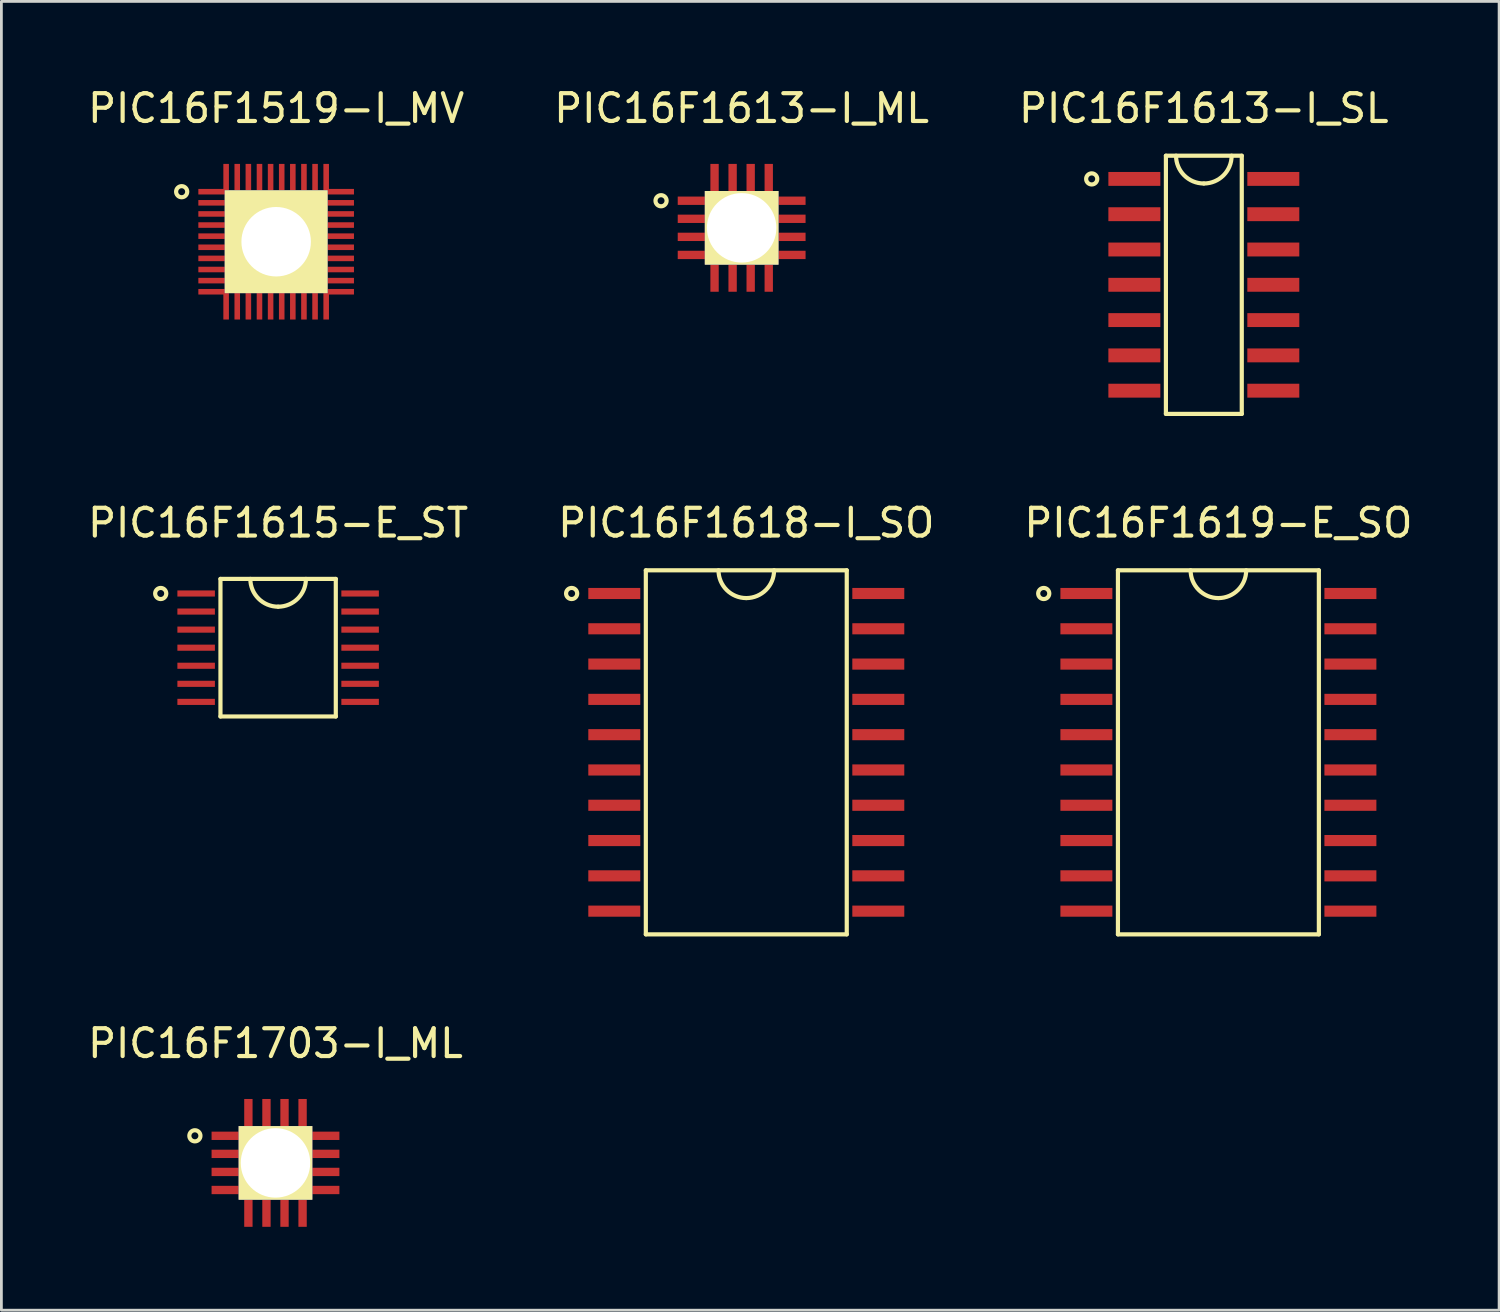
<source format=kicad_pcb>
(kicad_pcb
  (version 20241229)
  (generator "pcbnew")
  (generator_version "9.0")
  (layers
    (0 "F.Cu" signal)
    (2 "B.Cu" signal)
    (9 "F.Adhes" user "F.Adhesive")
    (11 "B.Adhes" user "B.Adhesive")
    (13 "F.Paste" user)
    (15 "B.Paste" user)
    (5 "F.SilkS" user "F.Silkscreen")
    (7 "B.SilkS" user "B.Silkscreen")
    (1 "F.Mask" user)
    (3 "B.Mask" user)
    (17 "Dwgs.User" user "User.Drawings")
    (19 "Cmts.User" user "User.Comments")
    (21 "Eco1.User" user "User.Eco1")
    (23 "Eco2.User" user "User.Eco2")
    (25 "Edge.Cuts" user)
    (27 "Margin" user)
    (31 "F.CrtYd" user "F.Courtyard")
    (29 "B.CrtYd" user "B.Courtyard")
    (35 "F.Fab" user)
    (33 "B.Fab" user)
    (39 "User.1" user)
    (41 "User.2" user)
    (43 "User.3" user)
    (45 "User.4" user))
  (footprint "PIC16F1613-I_ML"
    (layer "F.Cu")
    (at 21.837 3.348)
    (property "Reference" "PIC16F1613-I_ML" (at 1.8 -2.5 0) (layer "F.SilkS") (effects (font (size 1 1) (thickness 0.15))))
    (attr through_hole)
    (fp_line (start 0.7 0.7) (end 0.7 2.9) (stroke (width 0.15) (type solid)) (layer "F.SilkS"))
    (fp_line (start 0.7 0.7) (end 2.9 0.7) (stroke (width 0.15) (type solid)) (layer "F.SilkS"))
    (fp_line (start 0.7 2.9) (end 2.9 2.9) (stroke (width 0.15) (type solid)) (layer "F.SilkS"))
    (fp_line (start 2.9 2.9) (end 2.9 0.7) (stroke (width 0.15) (type solid)) (layer "F.SilkS"))
    (fp_circle (center -1.1 0.825) (end -1.1 0.625) (stroke (width 0.15) (type solid)) (fill no) (layer "F.SilkS"))
    (fp_circle (center 1.7 1.7) (end 1.7 1.2) (stroke (width 0.15) (type solid)) (fill no) (layer "F.SilkS"))
    (pad "1" smd rect (at 0 0.825) (size 1 0.3) (layers "F.Cu" "F.Mask" "F.Paste"))
    (pad "2" smd rect (at 0 1.475) (size 1 0.3) (layers "F.Cu" "F.Mask" "F.Paste"))
    (pad "3" smd rect (at 0 2.125) (size 1 0.3) (layers "F.Cu" "F.Mask" "F.Paste"))
    (pad "4" smd rect (at 0 2.775) (size 1 0.3) (layers "F.Cu" "F.Mask" "F.Paste"))
    (pad "5" smd rect (at 0.825 3.6) (size 0.3 1) (layers "F.Cu" "F.Mask" "F.Paste"))
    (pad "6" smd rect (at 1.475 3.6) (size 0.3 1) (layers "F.Cu" "F.Mask" "F.Paste"))
    (pad "7" smd rect (at 2.125 3.6) (size 0.3 1) (layers "F.Cu" "F.Mask" "F.Paste"))
    (pad "8" smd rect (at 2.775 3.6) (size 0.3 1) (layers "F.Cu" "F.Mask" "F.Paste"))
    (pad "9" smd rect (at 3.6 2.775) (size 1 0.3) (layers "F.Cu" "F.Mask" "F.Paste"))
    (pad "10" smd rect (at 3.6 2.125) (size 1 0.3) (layers "F.Cu" "F.Mask" "F.Paste"))
    (pad "11" smd rect (at 3.6 1.475) (size 1 0.3) (layers "F.Cu" "F.Mask" "F.Paste"))
    (pad "12" smd rect (at 3.6 0.825) (size 1 0.3) (layers "F.Cu" "F.Mask" "F.Paste"))
    (pad "13" smd rect (at 2.775 0) (size 0.3 1) (layers "F.Cu" "F.Mask" "F.Paste"))
    (pad "14" smd rect (at 2.125 0) (size 0.3 1) (layers "F.Cu" "F.Mask" "F.Paste"))
    (pad "15" smd rect (at 1.475 0) (size 0.3 1) (layers "F.Cu" "F.Mask" "F.Paste"))
    (pad "16" smd rect (at 0.825 0) (size 0.3 1) (layers "F.Cu" "F.Mask" "F.Paste"))
    (pad "999" thru_hole rect (at 1.8 1.8) (size 2.65 2.65) (drill 2.5) (layers "*.Cu" "*.Mask" "F.SilkS")))
  (footprint "PIC16F1615-E_ST"
    (layer "F.Cu")
    (at 4.008 18.306)
    (property "Reference" "PIC16F1615-E_ST" (at 2.95 -2.54 0) (layer "F.SilkS") (effects (font (size 1 1) (thickness 0.15))))
    (attr through_hole)
    (fp_line (start 0.875 -0.525) (end 5.025 -0.525) (stroke (width 0.15) (type solid)) (layer "F.SilkS"))
    (fp_line (start 0.875 4.425) (end 0.875 -0.525) (stroke (width 0.15) (type solid)) (layer "F.SilkS"))
    (fp_line (start 5.025 -0.525) (end 5.025 4.425) (stroke (width 0.15) (type solid)) (layer "F.SilkS"))
    (fp_line (start 5.025 4.425) (end 0.875 4.425) (stroke (width 0.15) (type solid)) (layer "F.SilkS"))
    (fp_arc (start 2.95 0.475) (mid 2.242893 0.182107) (end 1.95 -0.525) (stroke (width 0.15) (type solid)) (layer "F.SilkS"))
    (fp_arc (start 3.95 -0.525) (mid 3.657107 0.182107) (end 2.95 0.475) (stroke (width 0.15) (type solid)) (layer "F.SilkS"))
    (fp_circle (center -1.275 0) (end -1.275 0.2) (stroke (width 0.15) (type solid)) (fill no) (layer "F.SilkS"))
    (pad "1" smd rect (at 0 0) (size 1.35 0.22) (layers "F.Cu" "F.Mask" "F.Paste"))
    (pad "2" smd rect (at 0 0.65) (size 1.35 0.22) (layers "F.Cu" "F.Mask" "F.Paste"))
    (pad "3" smd rect (at 0 1.3) (size 1.35 0.22) (layers "F.Cu" "F.Mask" "F.Paste"))
    (pad "4" smd rect (at 0 1.95) (size 1.35 0.22) (layers "F.Cu" "F.Mask" "F.Paste"))
    (pad "5" smd rect (at 0 2.6) (size 1.35 0.22) (layers "F.Cu" "F.Mask" "F.Paste"))
    (pad "6" smd rect (at 0 3.25) (size 1.35 0.22) (layers "F.Cu" "F.Mask" "F.Paste"))
    (pad "7" smd rect (at 0 3.9) (size 1.35 0.22) (layers "F.Cu" "F.Mask" "F.Paste"))
    (pad "8" smd rect (at 5.9 3.9) (size 1.35 0.22) (layers "F.Cu" "F.Mask" "F.Paste"))
    (pad "9" smd rect (at 5.9 3.25) (size 1.35 0.22) (layers "F.Cu" "F.Mask" "F.Paste"))
    (pad "10" smd rect (at 5.9 2.6) (size 1.35 0.22) (layers "F.Cu" "F.Mask" "F.Paste"))
    (pad "11" smd rect (at 5.9 1.95) (size 1.35 0.22) (layers "F.Cu" "F.Mask" "F.Paste"))
    (pad "12" smd rect (at 5.9 1.3) (size 1.35 0.22) (layers "F.Cu" "F.Mask" "F.Paste"))
    (pad "13" smd rect (at 5.9 0.65) (size 1.35 0.22) (layers "F.Cu" "F.Mask" "F.Paste"))
    (pad "14" smd rect (at 5.9 0) (size 1.35 0.22) (layers "F.Cu" "F.Mask" "F.Paste")))
  (footprint "PIC16F1618-I_SO"
    (layer "F.Cu")
    (at 19.054 18.306)
    (property "Reference" "PIC16F1618-I_SO" (at 4.75 -2.54 0) (layer "F.SilkS") (effects (font (size 1 1) (thickness 0.15))))
    (attr through_hole)
    (fp_line (start 1.135 -0.835) (end 8.365 -0.835) (stroke (width 0.15) (type solid)) (layer "F.SilkS"))
    (fp_line (start 1.135 12.265) (end 1.135 -0.835) (stroke (width 0.15) (type solid)) (layer "F.SilkS"))
    (fp_line (start 8.365 -0.835) (end 8.365 12.265) (stroke (width 0.15) (type solid)) (layer "F.SilkS"))
    (fp_line (start 8.365 12.265) (end 1.135 12.265) (stroke (width 0.15) (type solid)) (layer "F.SilkS"))
    (fp_arc (start 4.75 0.165) (mid 4.042893 -0.127893) (end 3.75 -0.835) (stroke (width 0.15) (type solid)) (layer "F.SilkS"))
    (fp_arc (start 5.75 -0.835) (mid 5.457107 -0.127893) (end 4.75 0.165) (stroke (width 0.15) (type solid)) (layer "F.SilkS"))
    (fp_circle (center -1.535 0) (end -1.535 0.2) (stroke (width 0.15) (type solid)) (fill no) (layer "F.SilkS"))
    (pad "1" smd rect (at 0 0) (size 1.87 0.4) (layers "F.Cu" "F.Mask" "F.Paste"))
    (pad "2" smd rect (at 0 1.27) (size 1.87 0.4) (layers "F.Cu" "F.Mask" "F.Paste"))
    (pad "3" smd rect (at 0 2.54) (size 1.87 0.4) (layers "F.Cu" "F.Mask" "F.Paste"))
    (pad "4" smd rect (at 0 3.81) (size 1.87 0.4) (layers "F.Cu" "F.Mask" "F.Paste"))
    (pad "5" smd rect (at 0 5.08) (size 1.87 0.4) (layers "F.Cu" "F.Mask" "F.Paste"))
    (pad "6" smd rect (at 0 6.35) (size 1.87 0.4) (layers "F.Cu" "F.Mask" "F.Paste"))
    (pad "7" smd rect (at 0 7.62) (size 1.87 0.4) (layers "F.Cu" "F.Mask" "F.Paste"))
    (pad "8" smd rect (at 0 8.89) (size 1.87 0.4) (layers "F.Cu" "F.Mask" "F.Paste"))
    (pad "9" smd rect (at 0 10.16) (size 1.87 0.4) (layers "F.Cu" "F.Mask" "F.Paste"))
    (pad "10" smd rect (at 0 11.43) (size 1.87 0.4) (layers "F.Cu" "F.Mask" "F.Paste"))
    (pad "11" smd rect (at 9.5 11.43) (size 1.87 0.4) (layers "F.Cu" "F.Mask" "F.Paste"))
    (pad "12" smd rect (at 9.5 10.16) (size 1.87 0.4) (layers "F.Cu" "F.Mask" "F.Paste"))
    (pad "13" smd rect (at 9.5 8.89) (size 1.87 0.4) (layers "F.Cu" "F.Mask" "F.Paste"))
    (pad "14" smd rect (at 9.5 7.62) (size 1.87 0.4) (layers "F.Cu" "F.Mask" "F.Paste"))
    (pad "15" smd rect (at 9.5 6.35) (size 1.87 0.4) (layers "F.Cu" "F.Mask" "F.Paste"))
    (pad "16" smd rect (at 9.5 5.08) (size 1.87 0.4) (layers "F.Cu" "F.Mask" "F.Paste"))
    (pad "17" smd rect (at 9.5 3.81) (size 1.87 0.4) (layers "F.Cu" "F.Mask" "F.Paste"))
    (pad "18" smd rect (at 9.5 2.54) (size 1.87 0.4) (layers "F.Cu" "F.Mask" "F.Paste"))
    (pad "19" smd rect (at 9.5 1.27) (size 1.87 0.4) (layers "F.Cu" "F.Mask" "F.Paste"))
    (pad "20" smd rect (at 9.5 0) (size 1.87 0.4) (layers "F.Cu" "F.Mask" "F.Paste")))
  (footprint "PIC16F1619-E_SO"
    (layer "F.Cu")
    (at 36.042 18.306)
    (property "Reference" "PIC16F1619-E_SO" (at 4.75 -2.54 0) (layer "F.SilkS") (effects (font (size 1 1) (thickness 0.15))))
    (attr through_hole)
    (fp_line (start 1.135 -0.835) (end 8.365 -0.835) (stroke (width 0.15) (type solid)) (layer "F.SilkS"))
    (fp_line (start 1.135 12.265) (end 1.135 -0.835) (stroke (width 0.15) (type solid)) (layer "F.SilkS"))
    (fp_line (start 8.365 -0.835) (end 8.365 12.265) (stroke (width 0.15) (type solid)) (layer "F.SilkS"))
    (fp_line (start 8.365 12.265) (end 1.135 12.265) (stroke (width 0.15) (type solid)) (layer "F.SilkS"))
    (fp_arc (start 4.75 0.165) (mid 4.042893 -0.127893) (end 3.75 -0.835) (stroke (width 0.15) (type solid)) (layer "F.SilkS"))
    (fp_arc (start 5.75 -0.835) (mid 5.457107 -0.127893) (end 4.75 0.165) (stroke (width 0.15) (type solid)) (layer "F.SilkS"))
    (fp_circle (center -1.535 0) (end -1.535 0.2) (stroke (width 0.15) (type solid)) (fill no) (layer "F.SilkS"))
    (pad "1" smd rect (at 0 0) (size 1.87 0.4) (layers "F.Cu" "F.Mask" "F.Paste"))
    (pad "2" smd rect (at 0 1.27) (size 1.87 0.4) (layers "F.Cu" "F.Mask" "F.Paste"))
    (pad "3" smd rect (at 0 2.54) (size 1.87 0.4) (layers "F.Cu" "F.Mask" "F.Paste"))
    (pad "4" smd rect (at 0 3.81) (size 1.87 0.4) (layers "F.Cu" "F.Mask" "F.Paste"))
    (pad "5" smd rect (at 0 5.08) (size 1.87 0.4) (layers "F.Cu" "F.Mask" "F.Paste"))
    (pad "6" smd rect (at 0 6.35) (size 1.87 0.4) (layers "F.Cu" "F.Mask" "F.Paste"))
    (pad "7" smd rect (at 0 7.62) (size 1.87 0.4) (layers "F.Cu" "F.Mask" "F.Paste"))
    (pad "8" smd rect (at 0 8.89) (size 1.87 0.4) (layers "F.Cu" "F.Mask" "F.Paste"))
    (pad "9" smd rect (at 0 10.16) (size 1.87 0.4) (layers "F.Cu" "F.Mask" "F.Paste"))
    (pad "10" smd rect (at 0 11.43) (size 1.87 0.4) (layers "F.Cu" "F.Mask" "F.Paste"))
    (pad "11" smd rect (at 9.5 11.43) (size 1.87 0.4) (layers "F.Cu" "F.Mask" "F.Paste"))
    (pad "12" smd rect (at 9.5 10.16) (size 1.87 0.4) (layers "F.Cu" "F.Mask" "F.Paste"))
    (pad "13" smd rect (at 9.5 8.89) (size 1.87 0.4) (layers "F.Cu" "F.Mask" "F.Paste"))
    (pad "14" smd rect (at 9.5 7.62) (size 1.87 0.4) (layers "F.Cu" "F.Mask" "F.Paste"))
    (pad "15" smd rect (at 9.5 6.35) (size 1.87 0.4) (layers "F.Cu" "F.Mask" "F.Paste"))
    (pad "16" smd rect (at 9.5 5.08) (size 1.87 0.4) (layers "F.Cu" "F.Mask" "F.Paste"))
    (pad "17" smd rect (at 9.5 3.81) (size 1.87 0.4) (layers "F.Cu" "F.Mask" "F.Paste"))
    (pad "18" smd rect (at 9.5 2.54) (size 1.87 0.4) (layers "F.Cu" "F.Mask" "F.Paste"))
    (pad "19" smd rect (at 9.5 1.27) (size 1.87 0.4) (layers "F.Cu" "F.Mask" "F.Paste"))
    (pad "20" smd rect (at 9.5 0) (size 1.87 0.4) (layers "F.Cu" "F.Mask" "F.Paste")))
  (footprint "PIC16F1703-I_ML"
    (layer "F.Cu")
    (at 5.063 36.995)
    (property "Reference" "PIC16F1703-I_ML" (at 1.8 -2.5 0) (layer "F.SilkS") (effects (font (size 1 1) (thickness 0.15))))
    (attr through_hole)
    (fp_line (start 0.7 0.7) (end 0.7 2.9) (stroke (width 0.15) (type solid)) (layer "F.SilkS"))
    (fp_line (start 0.7 0.7) (end 2.9 0.7) (stroke (width 0.15) (type solid)) (layer "F.SilkS"))
    (fp_line (start 0.7 2.9) (end 2.9 2.9) (stroke (width 0.15) (type solid)) (layer "F.SilkS"))
    (fp_line (start 2.9 2.9) (end 2.9 0.7) (stroke (width 0.15) (type solid)) (layer "F.SilkS"))
    (fp_circle (center -1.1 0.825) (end -1.1 0.625) (stroke (width 0.15) (type solid)) (fill no) (layer "F.SilkS"))
    (fp_circle (center 1.7 1.7) (end 1.7 1.2) (stroke (width 0.15) (type solid)) (fill no) (layer "F.SilkS"))
    (pad "1" smd rect (at 0 0.825) (size 1 0.3) (layers "F.Cu" "F.Mask" "F.Paste"))
    (pad "2" smd rect (at 0 1.475) (size 1 0.3) (layers "F.Cu" "F.Mask" "F.Paste"))
    (pad "3" smd rect (at 0 2.125) (size 1 0.3) (layers "F.Cu" "F.Mask" "F.Paste"))
    (pad "4" smd rect (at 0 2.775) (size 1 0.3) (layers "F.Cu" "F.Mask" "F.Paste"))
    (pad "5" smd rect (at 0.825 3.6) (size 0.3 1) (layers "F.Cu" "F.Mask" "F.Paste"))
    (pad "6" smd rect (at 1.475 3.6) (size 0.3 1) (layers "F.Cu" "F.Mask" "F.Paste"))
    (pad "7" smd rect (at 2.125 3.6) (size 0.3 1) (layers "F.Cu" "F.Mask" "F.Paste"))
    (pad "8" smd rect (at 2.775 3.6) (size 0.3 1) (layers "F.Cu" "F.Mask" "F.Paste"))
    (pad "9" smd rect (at 3.6 2.775) (size 1 0.3) (layers "F.Cu" "F.Mask" "F.Paste"))
    (pad "10" smd rect (at 3.6 2.125) (size 1 0.3) (layers "F.Cu" "F.Mask" "F.Paste"))
    (pad "11" smd rect (at 3.6 1.475) (size 1 0.3) (layers "F.Cu" "F.Mask" "F.Paste"))
    (pad "12" smd rect (at 3.6 0.825) (size 1 0.3) (layers "F.Cu" "F.Mask" "F.Paste"))
    (pad "13" smd rect (at 2.775 0) (size 0.3 1) (layers "F.Cu" "F.Mask" "F.Paste"))
    (pad "14" smd rect (at 2.125 0) (size 0.3 1) (layers "F.Cu" "F.Mask" "F.Paste"))
    (pad "15" smd rect (at 1.475 0) (size 0.3 1) (layers "F.Cu" "F.Mask" "F.Paste"))
    (pad "16" smd rect (at 0.825 0) (size 0.3 1) (layers "F.Cu" "F.Mask" "F.Paste"))
    (pad "999" thru_hole rect (at 1.8 1.8) (size 2.65 2.65) (drill 2.5) (layers "*.Cu" "*.Mask" "F.SilkS")))
  (footprint "PIC16F1613-I_SL"
    (layer "F.Cu")
    (at 37.768 3.388)
    (property "Reference" "PIC16F1613-I_SL" (at 2.5 -2.54 0) (layer "F.SilkS") (effects (font (size 1 1) (thickness 0.15))))
    (attr through_hole)
    (fp_line (start 1.135 -0.835) (end 3.865 -0.835) (stroke (width 0.15) (type solid)) (layer "F.SilkS"))
    (fp_line (start 1.135 8.455) (end 1.135 -0.835) (stroke (width 0.15) (type solid)) (layer "F.SilkS"))
    (fp_line (start 3.865 -0.835) (end 3.865 8.455) (stroke (width 0.15) (type solid)) (layer "F.SilkS"))
    (fp_line (start 3.865 8.455) (end 1.135 8.455) (stroke (width 0.15) (type solid)) (layer "F.SilkS"))
    (fp_arc (start 2.5 0.165) (mid 1.792893 -0.127893) (end 1.5 -0.835) (stroke (width 0.15) (type solid)) (layer "F.SilkS"))
    (fp_arc (start 3.5 -0.835) (mid 3.207107 -0.127893) (end 2.5 0.165) (stroke (width 0.15) (type solid)) (layer "F.SilkS"))
    (fp_circle (center -1.535 0) (end -1.535 0.2) (stroke (width 0.15) (type solid)) (fill no) (layer "F.SilkS"))
    (pad "1" smd rect (at 0 0) (size 1.87 0.5) (layers "F.Cu" "F.Mask" "F.Paste"))
    (pad "2" smd rect (at 0 1.27) (size 1.87 0.5) (layers "F.Cu" "F.Mask" "F.Paste"))
    (pad "3" smd rect (at 0 2.54) (size 1.87 0.5) (layers "F.Cu" "F.Mask" "F.Paste"))
    (pad "4" smd rect (at 0 3.81) (size 1.87 0.5) (layers "F.Cu" "F.Mask" "F.Paste"))
    (pad "5" smd rect (at 0 5.08) (size 1.87 0.5) (layers "F.Cu" "F.Mask" "F.Paste"))
    (pad "6" smd rect (at 0 6.35) (size 1.87 0.5) (layers "F.Cu" "F.Mask" "F.Paste"))
    (pad "7" smd rect (at 0 7.62) (size 1.87 0.5) (layers "F.Cu" "F.Mask" "F.Paste"))
    (pad "8" smd rect (at 5 7.62) (size 1.87 0.5) (layers "F.Cu" "F.Mask" "F.Paste"))
    (pad "9" smd rect (at 5 6.35) (size 1.87 0.5) (layers "F.Cu" "F.Mask" "F.Paste"))
    (pad "10" smd rect (at 5 5.08) (size 1.87 0.5) (layers "F.Cu" "F.Mask" "F.Paste"))
    (pad "11" smd rect (at 5 3.81) (size 1.87 0.5) (layers "F.Cu" "F.Mask" "F.Paste"))
    (pad "12" smd rect (at 5 2.54) (size 1.87 0.5) (layers "F.Cu" "F.Mask" "F.Paste"))
    (pad "13" smd rect (at 5 1.27) (size 1.87 0.5) (layers "F.Cu" "F.Mask" "F.Paste"))
    (pad "14" smd rect (at 5 0) (size 1.87 0.5) (layers "F.Cu" "F.Mask" "F.Paste")))
  (footprint "PIC16F1519-I_MV"
    (layer "F.Cu")
    (at 4.587 3.348)
    (property "Reference" "PIC16F1519-I_MV" (at 2.3 -2.5 0) (layer "F.SilkS") (effects (font (size 1 1) (thickness 0.15))))
    (attr through_hole)
    (fp_line (start 0.7 0.7) (end 0.7 3.9) (stroke (width 0.15) (type solid)) (layer "F.SilkS"))
    (fp_line (start 0.7 0.7) (end 3.9 0.7) (stroke (width 0.15) (type solid)) (layer "F.SilkS"))
    (fp_line (start 0.7 3.9) (end 3.9 3.9) (stroke (width 0.15) (type solid)) (layer "F.SilkS"))
    (fp_line (start 3.9 3.9) (end 3.9 0.7) (stroke (width 0.15) (type solid)) (layer "F.SilkS"))
    (fp_circle (center -1.1 0.5) (end -1.1 0.3) (stroke (width 0.15) (type solid)) (fill no) (layer "F.SilkS"))
    (fp_circle (center 1.7 1.7) (end 1.7 1.2) (stroke (width 0.15) (type solid)) (fill no) (layer "F.SilkS"))
    (pad "1" smd rect (at 0 0.5) (size 1 0.2) (layers "F.Cu" "F.Mask" "F.Paste"))
    (pad "2" smd rect (at 0 0.9) (size 1 0.2) (layers "F.Cu" "F.Mask" "F.Paste"))
    (pad "3" smd rect (at 0 1.3) (size 1 0.2) (layers "F.Cu" "F.Mask" "F.Paste"))
    (pad "4" smd rect (at 0 1.7) (size 1 0.2) (layers "F.Cu" "F.Mask" "F.Paste"))
    (pad "5" smd rect (at 0 2.1) (size 1 0.2) (layers "F.Cu" "F.Mask" "F.Paste"))
    (pad "6" smd rect (at 0 2.5) (size 1 0.2) (layers "F.Cu" "F.Mask" "F.Paste"))
    (pad "7" smd rect (at 0 2.9) (size 1 0.2) (layers "F.Cu" "F.Mask" "F.Paste"))
    (pad "8" smd rect (at 0 3.3) (size 1 0.2) (layers "F.Cu" "F.Mask" "F.Paste"))
    (pad "9" smd rect (at 0 3.7) (size 1 0.2) (layers "F.Cu" "F.Mask" "F.Paste"))
    (pad "10" smd rect (at 0 4.1) (size 1 0.2) (layers "F.Cu" "F.Mask" "F.Paste"))
    (pad "11" smd rect (at 0.5 4.6) (size 0.2 1) (layers "F.Cu" "F.Mask" "F.Paste"))
    (pad "12" smd rect (at 0.9 4.6) (size 0.2 1) (layers "F.Cu" "F.Mask" "F.Paste"))
    (pad "13" smd rect (at 1.3 4.6) (size 0.2 1) (layers "F.Cu" "F.Mask" "F.Paste"))
    (pad "14" smd rect (at 1.7 4.6) (size 0.2 1) (layers "F.Cu" "F.Mask" "F.Paste"))
    (pad "15" smd rect (at 2.1 4.6) (size 0.2 1) (layers "F.Cu" "F.Mask" "F.Paste"))
    (pad "16" smd rect (at 2.5 4.6) (size 0.2 1) (layers "F.Cu" "F.Mask" "F.Paste"))
    (pad "17" smd rect (at 2.9 4.6) (size 0.2 1) (layers "F.Cu" "F.Mask" "F.Paste"))
    (pad "18" smd rect (at 3.3 4.6) (size 0.2 1) (layers "F.Cu" "F.Mask" "F.Paste"))
    (pad "19" smd rect (at 3.7 4.6) (size 0.2 1) (layers "F.Cu" "F.Mask" "F.Paste"))
    (pad "20" smd rect (at 4.1 4.6) (size 0.2 1) (layers "F.Cu" "F.Mask" "F.Paste"))
    (pad "21" smd rect (at 4.6 4.1) (size 1 0.2) (layers "F.Cu" "F.Mask" "F.Paste"))
    (pad "22" smd rect (at 4.6 3.7) (size 1 0.2) (layers "F.Cu" "F.Mask" "F.Paste"))
    (pad "23" smd rect (at 4.6 3.3) (size 1 0.2) (layers "F.Cu" "F.Mask" "F.Paste"))
    (pad "24" smd rect (at 4.6 2.9) (size 1 0.2) (layers "F.Cu" "F.Mask" "F.Paste"))
    (pad "25" smd rect (at 4.6 2.5) (size 1 0.2) (layers "F.Cu" "F.Mask" "F.Paste"))
    (pad "26" smd rect (at 4.6 2.1) (size 1 0.2) (layers "F.Cu" "F.Mask" "F.Paste"))
    (pad "27" smd rect (at 4.6 1.7) (size 1 0.2) (layers "F.Cu" "F.Mask" "F.Paste"))
    (pad "28" smd rect (at 4.6 1.3) (size 1 0.2) (layers "F.Cu" "F.Mask" "F.Paste"))
    (pad "29" smd rect (at 4.6 0.9) (size 1 0.2) (layers "F.Cu" "F.Mask" "F.Paste"))
    (pad "30" smd rect (at 4.6 0.5) (size 1 0.2) (layers "F.Cu" "F.Mask" "F.Paste"))
    (pad "31" smd rect (at 4.1 0) (size 0.2 1) (layers "F.Cu" "F.Mask" "F.Paste"))
    (pad "32" smd rect (at 3.7 0) (size 0.2 1) (layers "F.Cu" "F.Mask" "F.Paste"))
    (pad "33" smd rect (at 3.3 0) (size 0.2 1) (layers "F.Cu" "F.Mask" "F.Paste"))
    (pad "34" smd rect (at 2.9 0) (size 0.2 1) (layers "F.Cu" "F.Mask" "F.Paste"))
    (pad "35" smd rect (at 2.5 0) (size 0.2 1) (layers "F.Cu" "F.Mask" "F.Paste"))
    (pad "36" smd rect (at 2.1 0) (size 0.2 1) (layers "F.Cu" "F.Mask" "F.Paste"))
    (pad "37" smd rect (at 1.7 0) (size 0.2 1) (layers "F.Cu" "F.Mask" "F.Paste"))
    (pad "38" smd rect (at 1.3 0) (size 0.2 1) (layers "F.Cu" "F.Mask" "F.Paste"))
    (pad "39" smd rect (at 0.9 0) (size 0.2 1) (layers "F.Cu" "F.Mask" "F.Paste"))
    (pad "40" smd rect (at 0.5 0) (size 0.2 1) (layers "F.Cu" "F.Mask" "F.Paste"))
    (pad "999" thru_hole rect (at 2.3 2.3) (size 3.7 3.7) (drill 2.5) (layers "*.Cu" "*.Mask" "F.SilkS")))
  (gr_rect
    (start -3 -3)
    (end 50.893 44.095)
    (stroke (width 0.1) (type default))
    (fill no)
    (layer "Edge.Cuts")))
</source>
